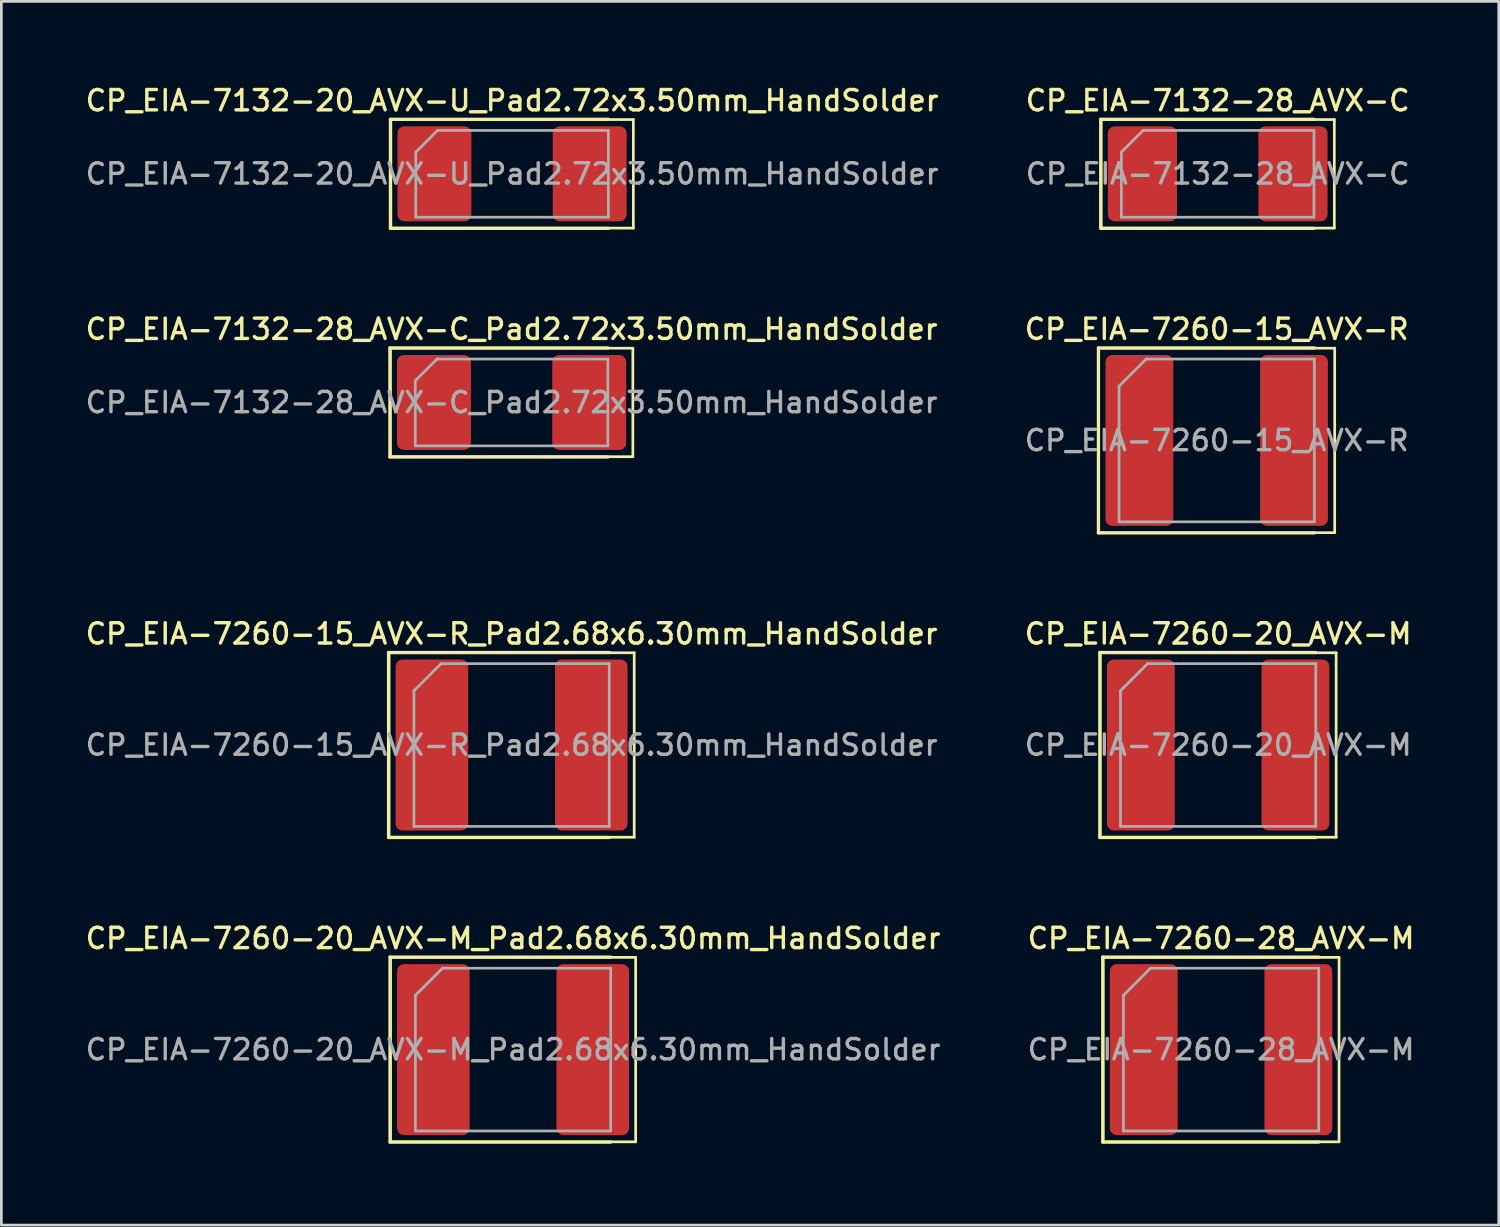
<source format=kicad_pcb>
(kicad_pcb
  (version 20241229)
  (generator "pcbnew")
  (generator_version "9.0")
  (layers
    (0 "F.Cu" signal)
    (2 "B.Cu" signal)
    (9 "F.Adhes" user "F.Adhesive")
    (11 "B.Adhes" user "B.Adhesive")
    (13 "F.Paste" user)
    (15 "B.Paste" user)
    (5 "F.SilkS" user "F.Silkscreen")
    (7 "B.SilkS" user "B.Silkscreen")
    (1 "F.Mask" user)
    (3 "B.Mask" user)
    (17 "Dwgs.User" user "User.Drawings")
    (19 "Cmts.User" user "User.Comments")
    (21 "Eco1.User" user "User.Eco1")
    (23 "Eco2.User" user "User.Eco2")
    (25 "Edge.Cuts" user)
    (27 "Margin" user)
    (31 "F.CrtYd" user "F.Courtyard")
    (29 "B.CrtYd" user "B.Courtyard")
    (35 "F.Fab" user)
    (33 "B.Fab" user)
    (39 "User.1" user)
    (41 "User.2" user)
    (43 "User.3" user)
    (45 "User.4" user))
  (footprint "CP_EIA-7260-28_AVX-M"
    (layer "F.Cu")
    (at 41.963 35.642)
    (property "Reference" "CP_EIA-7260-28_AVX-M" (at 0 -4.1 0) (layer "F.SilkS") (effects (font (size 0.75 0.75) (thickness 0.125))))
    (attr smd)
    (fp_line (start -4.36 -3.41) (end -4.36 3.41) (stroke (width 0.12) (type solid)) (layer "F.SilkS"))
    (fp_line (start -4.36 3.41) (end 3.6 3.41) (stroke (width 0.12) (type solid)) (layer "F.SilkS"))
    (fp_line (start -4.35 -3.4) (end 4.35 -3.4) (stroke (width 0.1) (type solid)) (layer "F.SilkS"))
    (fp_line (start -4.35 3.4) (end -4.35 -3.4) (stroke (width 0.1) (type solid)) (layer "F.SilkS"))
    (fp_line (start 3.6 -3.41) (end -4.36 -3.41) (stroke (width 0.12) (type solid)) (layer "F.SilkS"))
    (fp_line (start 4.35 -3.4) (end 4.35 3.4) (stroke (width 0.1) (type solid)) (layer "F.SilkS"))
    (fp_line (start 4.35 3.4) (end -4.35 3.4) (stroke (width 0.1) (type solid)) (layer "F.SilkS"))
    (fp_line (start -3.6 -2) (end -3.6 3) (stroke (width 0.1) (type solid)) (layer "F.Fab"))
    (fp_line (start -3.6 3) (end 3.6 3) (stroke (width 0.1) (type solid)) (layer "F.Fab"))
    (fp_line (start -2.6 -3) (end -3.6 -2) (stroke (width 0.1) (type solid)) (layer "F.Fab"))
    (fp_line (start 3.6 -3) (end -2.6 -3) (stroke (width 0.1) (type solid)) (layer "F.Fab"))
    (fp_line (start 3.6 3) (end 3.6 -3) (stroke (width 0.1) (type solid)) (layer "F.Fab"))
    (fp_text user "${REFERENCE}" (at 0 0 0) (layer "F.Fab") (effects (font (size 0.75 0.75) (thickness 0.125))))
    (pad "1" smd roundrect (at -2.85 0) (size 2.5 6.3) (layers "F.Cu" "F.Mask" "F.Paste") (roundrect_rratio 0.1))
    (pad "2" smd roundrect (at 2.85 0) (size 2.5 6.3) (layers "F.Cu" "F.Mask" "F.Paste") (roundrect_rratio 0.1)))
  (footprint "CP_EIA-7132-28_AVX-C"
    (layer "F.Cu")
    (at 41.838 3.358)
    (property "Reference" "CP_EIA-7132-28_AVX-C" (at 0 -2.7 0) (layer "F.SilkS") (effects (font (size 0.75 0.75) (thickness 0.125))))
    (attr smd)
    (fp_line (start -4.31 -2.01) (end -4.31 2.01) (stroke (width 0.12) (type solid)) (layer "F.SilkS"))
    (fp_line (start -4.31 2.01) (end 3.55 2.01) (stroke (width 0.12) (type solid)) (layer "F.SilkS"))
    (fp_line (start -4.3 -2) (end 4.3 -2) (stroke (width 0.1) (type solid)) (layer "F.SilkS"))
    (fp_line (start -4.3 2) (end -4.3 -2) (stroke (width 0.1) (type solid)) (layer "F.SilkS"))
    (fp_line (start 3.55 -2.01) (end -4.31 -2.01) (stroke (width 0.12) (type solid)) (layer "F.SilkS"))
    (fp_line (start 4.3 -2) (end 4.3 2) (stroke (width 0.1) (type solid)) (layer "F.SilkS"))
    (fp_line (start 4.3 2) (end -4.3 2) (stroke (width 0.1) (type solid)) (layer "F.SilkS"))
    (fp_line (start -3.55 -0.8) (end -3.55 1.6) (stroke (width 0.1) (type solid)) (layer "F.Fab"))
    (fp_line (start -3.55 1.6) (end 3.55 1.6) (stroke (width 0.1) (type solid)) (layer "F.Fab"))
    (fp_line (start -2.75 -1.6) (end -3.55 -0.8) (stroke (width 0.1) (type solid)) (layer "F.Fab"))
    (fp_line (start 3.55 -1.6) (end -2.75 -1.6) (stroke (width 0.1) (type solid)) (layer "F.Fab"))
    (fp_line (start 3.55 1.6) (end 3.55 -1.6) (stroke (width 0.1) (type solid)) (layer "F.Fab"))
    (fp_text user "${REFERENCE}" (at 0 0 0) (layer "F.Fab") (effects (font (size 0.75 0.75) (thickness 0.125))))
    (pad "1" smd roundrect (at -2.775 0) (size 2.55 3.5) (layers "F.Cu" "F.Mask" "F.Paste") (roundrect_rratio 0.098))
    (pad "2" smd roundrect (at 2.775 0) (size 2.55 3.5) (layers "F.Cu" "F.Mask" "F.Paste") (roundrect_rratio 0.098)))
  (footprint "CP_EIA-7260-20_AVX-M"
    (layer "F.Cu")
    (at 41.855 24.414)
    (property "Reference" "CP_EIA-7260-20_AVX-M" (at 0 -4.1 0) (layer "F.SilkS") (effects (font (size 0.75 0.75) (thickness 0.125))))
    (attr smd)
    (fp_line (start -4.36 -3.41) (end -4.36 3.41) (stroke (width 0.12) (type solid)) (layer "F.SilkS"))
    (fp_line (start -4.36 3.41) (end 3.6 3.41) (stroke (width 0.12) (type solid)) (layer "F.SilkS"))
    (fp_line (start -4.35 -3.4) (end 4.35 -3.4) (stroke (width 0.1) (type solid)) (layer "F.SilkS"))
    (fp_line (start -4.35 3.4) (end -4.35 -3.4) (stroke (width 0.1) (type solid)) (layer "F.SilkS"))
    (fp_line (start 3.6 -3.41) (end -4.36 -3.41) (stroke (width 0.12) (type solid)) (layer "F.SilkS"))
    (fp_line (start 4.35 -3.4) (end 4.35 3.4) (stroke (width 0.1) (type solid)) (layer "F.SilkS"))
    (fp_line (start 4.35 3.4) (end -4.35 3.4) (stroke (width 0.1) (type solid)) (layer "F.SilkS"))
    (fp_line (start -3.6 -2) (end -3.6 3) (stroke (width 0.1) (type solid)) (layer "F.Fab"))
    (fp_line (start -3.6 3) (end 3.6 3) (stroke (width 0.1) (type solid)) (layer "F.Fab"))
    (fp_line (start -2.6 -3) (end -3.6 -2) (stroke (width 0.1) (type solid)) (layer "F.Fab"))
    (fp_line (start 3.6 -3) (end -2.6 -3) (stroke (width 0.1) (type solid)) (layer "F.Fab"))
    (fp_line (start 3.6 3) (end 3.6 -3) (stroke (width 0.1) (type solid)) (layer "F.Fab"))
    (fp_text user "${REFERENCE}" (at 0 0 0) (layer "F.Fab") (effects (font (size 0.75 0.75) (thickness 0.125))))
    (pad "1" smd roundrect (at -2.85 0) (size 2.5 6.3) (layers "F.Cu" "F.Mask" "F.Paste") (roundrect_rratio 0.1))
    (pad "2" smd roundrect (at 2.85 0) (size 2.5 6.3) (layers "F.Cu" "F.Mask" "F.Paste") (roundrect_rratio 0.1)))
  (footprint "CP_EIA-7260-15_AVX-R_Pad2.68x6.30mm_HandSolder"
    (layer "F.Cu")
    (at 15.809 24.414)
    (property "Reference" "CP_EIA-7260-15_AVX-R_Pad2.68x6.30mm_HandSolder" (at 0 -4.1 0) (layer "F.SilkS") (effects (font (size 0.75 0.75) (thickness 0.125))))
    (attr smd)
    (fp_line (start -4.535 -3.41) (end -4.535 3.41) (stroke (width 0.12) (type solid)) (layer "F.SilkS"))
    (fp_line (start -4.535 3.41) (end 3.6 3.41) (stroke (width 0.12) (type solid)) (layer "F.SilkS"))
    (fp_line (start -4.52 -3.4) (end 4.52 -3.4) (stroke (width 0.1) (type solid)) (layer "F.SilkS"))
    (fp_line (start -4.52 3.4) (end -4.52 -3.4) (stroke (width 0.1) (type solid)) (layer "F.SilkS"))
    (fp_line (start 3.6 -3.41) (end -4.535 -3.41) (stroke (width 0.12) (type solid)) (layer "F.SilkS"))
    (fp_line (start 4.52 -3.4) (end 4.52 3.4) (stroke (width 0.1) (type solid)) (layer "F.SilkS"))
    (fp_line (start 4.52 3.4) (end -4.52 3.4) (stroke (width 0.1) (type solid)) (layer "F.SilkS"))
    (fp_line (start -3.6 -2) (end -3.6 3) (stroke (width 0.1) (type solid)) (layer "F.Fab"))
    (fp_line (start -3.6 3) (end 3.6 3) (stroke (width 0.1) (type solid)) (layer "F.Fab"))
    (fp_line (start -2.6 -3) (end -3.6 -2) (stroke (width 0.1) (type solid)) (layer "F.Fab"))
    (fp_line (start 3.6 -3) (end -2.6 -3) (stroke (width 0.1) (type solid)) (layer "F.Fab"))
    (fp_line (start 3.6 3) (end 3.6 -3) (stroke (width 0.1) (type solid)) (layer "F.Fab"))
    (fp_text user "${REFERENCE}" (at 0 0 0) (layer "F.Fab") (effects (font (size 0.75 0.75) (thickness 0.125))))
    (pad "1" smd roundrect (at -2.938 0) (size 2.675 6.3) (layers "F.Cu" "F.Mask" "F.Paste") (roundrect_rratio 0.093))
    (pad "2" smd roundrect (at 2.938 0) (size 2.675 6.3) (layers "F.Cu" "F.Mask" "F.Paste") (roundrect_rratio 0.093)))
  (footprint "CP_EIA-7260-20_AVX-M_Pad2.68x6.30mm_HandSolder"
    (layer "F.Cu")
    (at 15.863 35.642)
    (property "Reference" "CP_EIA-7260-20_AVX-M_Pad2.68x6.30mm_HandSolder" (at 0 -4.1 0) (layer "F.SilkS") (effects (font (size 0.75 0.75) (thickness 0.125))))
    (attr smd)
    (fp_line (start -4.535 -3.41) (end -4.535 3.41) (stroke (width 0.12) (type solid)) (layer "F.SilkS"))
    (fp_line (start -4.535 3.41) (end 3.6 3.41) (stroke (width 0.12) (type solid)) (layer "F.SilkS"))
    (fp_line (start -4.52 -3.4) (end 4.52 -3.4) (stroke (width 0.1) (type solid)) (layer "F.SilkS"))
    (fp_line (start -4.52 3.4) (end -4.52 -3.4) (stroke (width 0.1) (type solid)) (layer "F.SilkS"))
    (fp_line (start 3.6 -3.41) (end -4.535 -3.41) (stroke (width 0.12) (type solid)) (layer "F.SilkS"))
    (fp_line (start 4.52 -3.4) (end 4.52 3.4) (stroke (width 0.1) (type solid)) (layer "F.SilkS"))
    (fp_line (start 4.52 3.4) (end -4.52 3.4) (stroke (width 0.1) (type solid)) (layer "F.SilkS"))
    (fp_line (start -3.6 -2) (end -3.6 3) (stroke (width 0.1) (type solid)) (layer "F.Fab"))
    (fp_line (start -3.6 3) (end 3.6 3) (stroke (width 0.1) (type solid)) (layer "F.Fab"))
    (fp_line (start -2.6 -3) (end -3.6 -2) (stroke (width 0.1) (type solid)) (layer "F.Fab"))
    (fp_line (start 3.6 -3) (end -2.6 -3) (stroke (width 0.1) (type solid)) (layer "F.Fab"))
    (fp_line (start 3.6 3) (end 3.6 -3) (stroke (width 0.1) (type solid)) (layer "F.Fab"))
    (fp_text user "${REFERENCE}" (at 0 0 0) (layer "F.Fab") (effects (font (size 0.75 0.75) (thickness 0.125))))
    (pad "1" smd roundrect (at -2.938 0) (size 2.675 6.3) (layers "F.Cu" "F.Mask" "F.Paste") (roundrect_rratio 0.093))
    (pad "2" smd roundrect (at 2.938 0) (size 2.675 6.3) (layers "F.Cu" "F.Mask" "F.Paste") (roundrect_rratio 0.093)))
  (footprint "CP_EIA-7132-20_AVX-U_Pad2.72x3.50mm_HandSolder"
    (layer "F.Cu")
    (at 15.827 3.358)
    (property "Reference" "CP_EIA-7132-20_AVX-U_Pad2.72x3.50mm_HandSolder" (at 0 -2.7 0) (layer "F.SilkS") (effects (font (size 0.75 0.75) (thickness 0.125))))
    (attr smd)
    (fp_line (start -4.485 -2.01) (end -4.485 2.01) (stroke (width 0.12) (type solid)) (layer "F.SilkS"))
    (fp_line (start -4.485 2.01) (end 3.55 2.01) (stroke (width 0.12) (type solid)) (layer "F.SilkS"))
    (fp_line (start -4.47 -2) (end 4.47 -2) (stroke (width 0.1) (type solid)) (layer "F.SilkS"))
    (fp_line (start -4.47 2) (end -4.47 -2) (stroke (width 0.1) (type solid)) (layer "F.SilkS"))
    (fp_line (start 3.55 -2.01) (end -4.485 -2.01) (stroke (width 0.12) (type solid)) (layer "F.SilkS"))
    (fp_line (start 4.47 -2) (end 4.47 2) (stroke (width 0.1) (type solid)) (layer "F.SilkS"))
    (fp_line (start 4.47 2) (end -4.47 2) (stroke (width 0.1) (type solid)) (layer "F.SilkS"))
    (fp_line (start -3.55 -0.8) (end -3.55 1.6) (stroke (width 0.1) (type solid)) (layer "F.Fab"))
    (fp_line (start -3.55 1.6) (end 3.55 1.6) (stroke (width 0.1) (type solid)) (layer "F.Fab"))
    (fp_line (start -2.75 -1.6) (end -3.55 -0.8) (stroke (width 0.1) (type solid)) (layer "F.Fab"))
    (fp_line (start 3.55 -1.6) (end -2.75 -1.6) (stroke (width 0.1) (type solid)) (layer "F.Fab"))
    (fp_line (start 3.55 1.6) (end 3.55 -1.6) (stroke (width 0.1) (type solid)) (layer "F.Fab"))
    (fp_text user "${REFERENCE}" (at 0 0 0) (layer "F.Fab") (effects (font (size 0.75 0.75) (thickness 0.125))))
    (pad "1" smd roundrect (at -2.862 0) (size 2.725 3.5) (layers "F.Cu" "F.Mask" "F.Paste") (roundrect_rratio 0.092))
    (pad "2" smd roundrect (at 2.862 0) (size 2.725 3.5) (layers "F.Cu" "F.Mask" "F.Paste") (roundrect_rratio 0.092)))
  (footprint "CP_EIA-7132-28_AVX-C_Pad2.72x3.50mm_HandSolder"
    (layer "F.Cu")
    (at 15.809 11.786)
    (property "Reference" "CP_EIA-7132-28_AVX-C_Pad2.72x3.50mm_HandSolder" (at 0 -2.7 0) (layer "F.SilkS") (effects (font (size 0.75 0.75) (thickness 0.125))))
    (attr smd)
    (fp_line (start -4.485 -2.01) (end -4.485 2.01) (stroke (width 0.12) (type solid)) (layer "F.SilkS"))
    (fp_line (start -4.485 2.01) (end 3.55 2.01) (stroke (width 0.12) (type solid)) (layer "F.SilkS"))
    (fp_line (start -4.47 -2) (end 4.47 -2) (stroke (width 0.1) (type solid)) (layer "F.SilkS"))
    (fp_line (start -4.47 2) (end -4.47 -2) (stroke (width 0.1) (type solid)) (layer "F.SilkS"))
    (fp_line (start 3.55 -2.01) (end -4.485 -2.01) (stroke (width 0.12) (type solid)) (layer "F.SilkS"))
    (fp_line (start 4.47 -2) (end 4.47 2) (stroke (width 0.1) (type solid)) (layer "F.SilkS"))
    (fp_line (start 4.47 2) (end -4.47 2) (stroke (width 0.1) (type solid)) (layer "F.SilkS"))
    (fp_line (start -3.55 -0.8) (end -3.55 1.6) (stroke (width 0.1) (type solid)) (layer "F.Fab"))
    (fp_line (start -3.55 1.6) (end 3.55 1.6) (stroke (width 0.1) (type solid)) (layer "F.Fab"))
    (fp_line (start -2.75 -1.6) (end -3.55 -0.8) (stroke (width 0.1) (type solid)) (layer "F.Fab"))
    (fp_line (start 3.55 -1.6) (end -2.75 -1.6) (stroke (width 0.1) (type solid)) (layer "F.Fab"))
    (fp_line (start 3.55 1.6) (end 3.55 -1.6) (stroke (width 0.1) (type solid)) (layer "F.Fab"))
    (fp_text user "${REFERENCE}" (at 0 0 0) (layer "F.Fab") (effects (font (size 0.75 0.75) (thickness 0.125))))
    (pad "1" smd roundrect (at -2.862 0) (size 2.725 3.5) (layers "F.Cu" "F.Mask" "F.Paste") (roundrect_rratio 0.092))
    (pad "2" smd roundrect (at 2.862 0) (size 2.725 3.5) (layers "F.Cu" "F.Mask" "F.Paste") (roundrect_rratio 0.092)))
  (footprint "CP_EIA-7260-15_AVX-R"
    (layer "F.Cu")
    (at 41.802 13.186)
    (property "Reference" "CP_EIA-7260-15_AVX-R" (at 0 -4.1 0) (layer "F.SilkS") (effects (font (size 0.75 0.75) (thickness 0.125))))
    (attr smd)
    (fp_line (start -4.36 -3.41) (end -4.36 3.41) (stroke (width 0.12) (type solid)) (layer "F.SilkS"))
    (fp_line (start -4.36 3.41) (end 3.6 3.41) (stroke (width 0.12) (type solid)) (layer "F.SilkS"))
    (fp_line (start -4.35 -3.4) (end 4.35 -3.4) (stroke (width 0.1) (type solid)) (layer "F.SilkS"))
    (fp_line (start -4.35 3.4) (end -4.35 -3.4) (stroke (width 0.1) (type solid)) (layer "F.SilkS"))
    (fp_line (start 3.6 -3.41) (end -4.36 -3.41) (stroke (width 0.12) (type solid)) (layer "F.SilkS"))
    (fp_line (start 4.35 -3.4) (end 4.35 3.4) (stroke (width 0.1) (type solid)) (layer "F.SilkS"))
    (fp_line (start 4.35 3.4) (end -4.35 3.4) (stroke (width 0.1) (type solid)) (layer "F.SilkS"))
    (fp_line (start -3.6 -2) (end -3.6 3) (stroke (width 0.1) (type solid)) (layer "F.Fab"))
    (fp_line (start -3.6 3) (end 3.6 3) (stroke (width 0.1) (type solid)) (layer "F.Fab"))
    (fp_line (start -2.6 -3) (end -3.6 -2) (stroke (width 0.1) (type solid)) (layer "F.Fab"))
    (fp_line (start 3.6 -3) (end -2.6 -3) (stroke (width 0.1) (type solid)) (layer "F.Fab"))
    (fp_line (start 3.6 3) (end 3.6 -3) (stroke (width 0.1) (type solid)) (layer "F.Fab"))
    (fp_text user "${REFERENCE}" (at 0 0 0) (layer "F.Fab") (effects (font (size 0.75 0.75) (thickness 0.125))))
    (pad "1" smd roundrect (at -2.85 0) (size 2.5 6.3) (layers "F.Cu" "F.Mask" "F.Paste") (roundrect_rratio 0.1))
    (pad "2" smd roundrect (at 2.85 0) (size 2.5 6.3) (layers "F.Cu" "F.Mask" "F.Paste") (roundrect_rratio 0.1)))
  (gr_rect
    (start -3 -3)
    (end 52.2 42.112)
    (stroke (width 0.1) (type default))
    (fill no)
    (layer "Edge.Cuts")))
</source>
